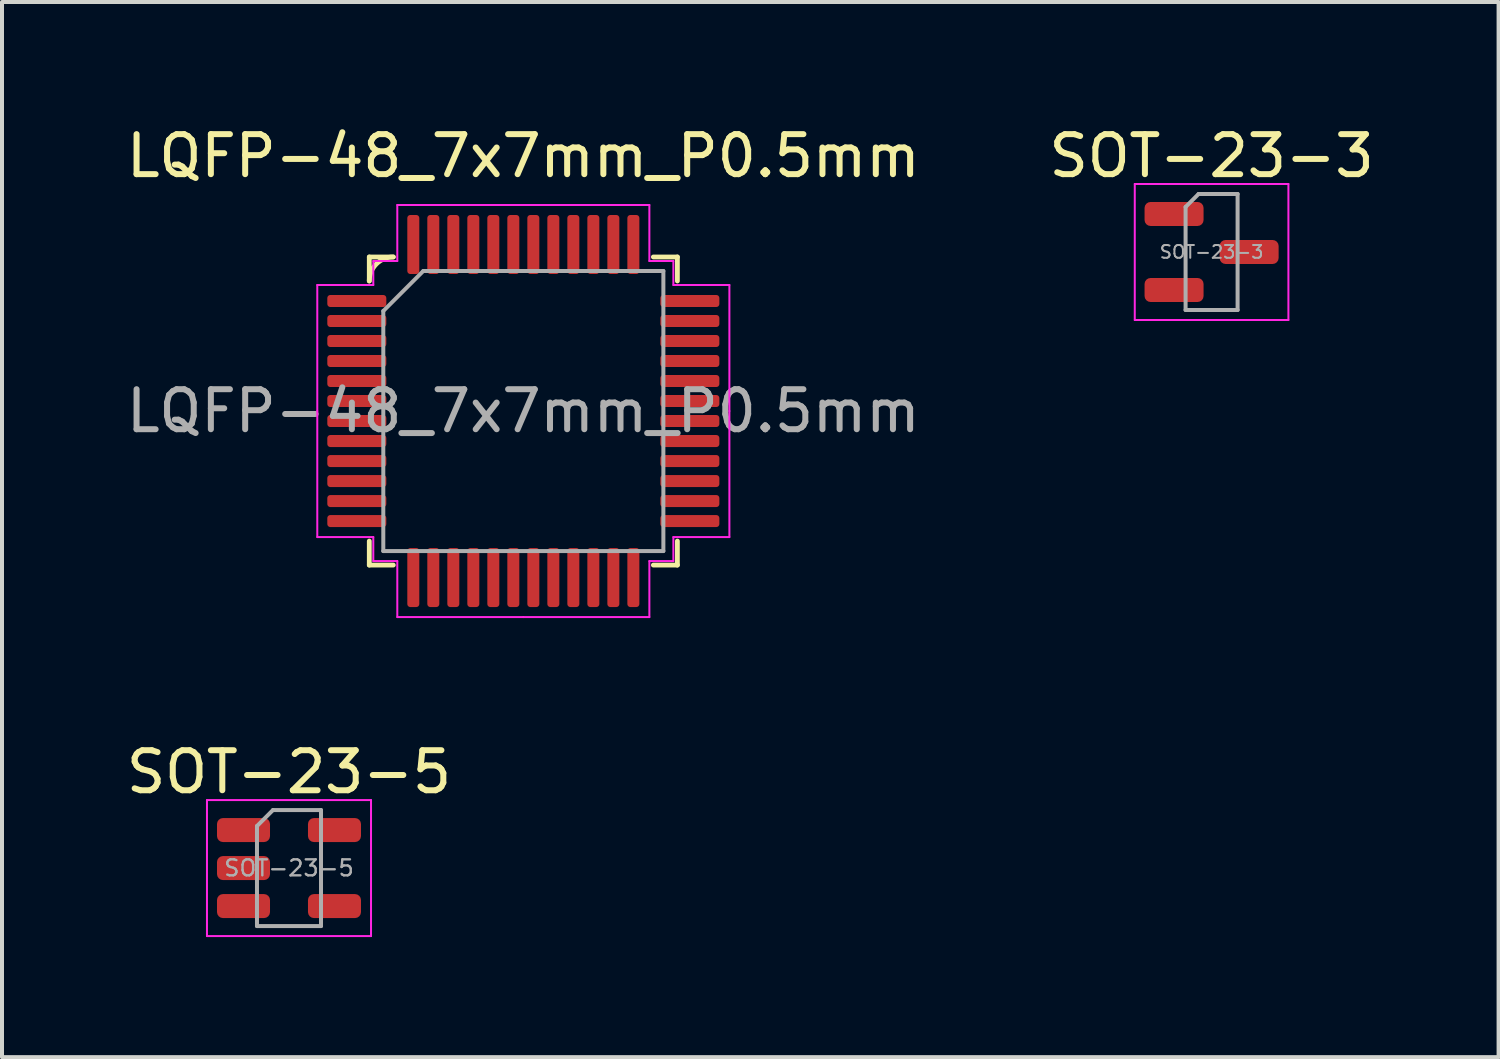
<source format=kicad_pcb>
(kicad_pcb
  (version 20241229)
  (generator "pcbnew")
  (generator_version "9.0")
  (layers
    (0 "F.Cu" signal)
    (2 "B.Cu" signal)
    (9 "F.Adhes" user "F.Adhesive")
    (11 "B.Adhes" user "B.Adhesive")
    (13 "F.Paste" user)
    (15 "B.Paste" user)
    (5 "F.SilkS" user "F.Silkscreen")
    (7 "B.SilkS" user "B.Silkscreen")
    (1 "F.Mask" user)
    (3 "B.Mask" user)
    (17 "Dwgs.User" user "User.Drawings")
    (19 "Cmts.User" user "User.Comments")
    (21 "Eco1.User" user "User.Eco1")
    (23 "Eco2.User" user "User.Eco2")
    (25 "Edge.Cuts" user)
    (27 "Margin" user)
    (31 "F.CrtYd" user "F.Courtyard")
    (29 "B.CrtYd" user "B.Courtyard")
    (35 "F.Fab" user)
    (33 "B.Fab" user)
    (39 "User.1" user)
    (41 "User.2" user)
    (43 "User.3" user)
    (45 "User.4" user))
  (footprint "SOT-23-5"
    (layer "F.Cu")
    (at 4.173 18.646)
    (property "Reference" "SOT-23-5" (at 0 -2.4 0) (layer "F.SilkS") (effects (font (size 1 1) (thickness 0.15))))
    (attr smd)
    (fp_line (start -2.05 -1.7) (end -2.05 1.7) (stroke (width 0.05) (type solid)) (layer "F.CrtYd"))
    (fp_line (start -2.05 1.7) (end 2.05 1.7) (stroke (width 0.05) (type solid)) (layer "F.CrtYd"))
    (fp_line (start 2.05 -1.7) (end -2.05 -1.7) (stroke (width 0.05) (type solid)) (layer "F.CrtYd"))
    (fp_line (start 2.05 1.7) (end 2.05 -1.7) (stroke (width 0.05) (type solid)) (layer "F.CrtYd"))
    (fp_line (start -0.8 -1.05) (end -0.4 -1.45) (stroke (width 0.1) (type solid)) (layer "F.Fab"))
    (fp_line (start -0.8 1.45) (end -0.8 -1.05) (stroke (width 0.1) (type solid)) (layer "F.Fab"))
    (fp_line (start -0.4 -1.45) (end 0.8 -1.45) (stroke (width 0.1) (type solid)) (layer "F.Fab"))
    (fp_line (start 0.8 -1.45) (end 0.8 1.45) (stroke (width 0.1) (type solid)) (layer "F.Fab"))
    (fp_line (start 0.8 1.45) (end -0.8 1.45) (stroke (width 0.1) (type solid)) (layer "F.Fab"))
    (fp_text user "${REFERENCE}" (at 0 0 0) (layer "F.Fab") (effects (font (size 0.4 0.4) (thickness 0.06))))
    (pad "1" smd roundrect (at -1.137 -0.95) (size 1.325 0.6) (layers "F.Cu" "F.Mask" "F.Paste") (roundrect_rratio 0.25))
    (pad "2" smd roundrect (at -1.137 0) (size 1.325 0.6) (layers "F.Cu" "F.Mask" "F.Paste") (roundrect_rratio 0.25))
    (pad "3" smd roundrect (at -1.137 0.95) (size 1.325 0.6) (layers "F.Cu" "F.Mask" "F.Paste") (roundrect_rratio 0.25))
    (pad "4" smd roundrect (at 1.137 0.95) (size 1.325 0.6) (layers "F.Cu" "F.Mask" "F.Paste") (roundrect_rratio 0.25))
    (pad "5" smd roundrect (at 1.137 -0.95) (size 1.325 0.6) (layers "F.Cu" "F.Mask" "F.Paste") (roundrect_rratio 0.25)))
  (footprint "SOT-23-3"
    (layer "F.Cu")
    (at 27.232 3.248)
    (property "Reference" "SOT-23-3" (at 0 -2.4 0) (layer "F.SilkS") (effects (font (size 1 1) (thickness 0.15))))
    (attr smd)
    (fp_line (start -1.92 -1.7) (end -1.92 1.7) (stroke (width 0.05) (type solid)) (layer "F.CrtYd"))
    (fp_line (start -1.92 1.7) (end 1.92 1.7) (stroke (width 0.05) (type solid)) (layer "F.CrtYd"))
    (fp_line (start 1.92 -1.7) (end -1.92 -1.7) (stroke (width 0.05) (type solid)) (layer "F.CrtYd"))
    (fp_line (start 1.92 1.7) (end 1.92 -1.7) (stroke (width 0.05) (type solid)) (layer "F.CrtYd"))
    (fp_line (start -0.65 -1.125) (end -0.325 -1.45) (stroke (width 0.1) (type solid)) (layer "F.Fab"))
    (fp_line (start -0.65 1.45) (end -0.65 -1.125) (stroke (width 0.1) (type solid)) (layer "F.Fab"))
    (fp_line (start -0.325 -1.45) (end 0.65 -1.45) (stroke (width 0.1) (type solid)) (layer "F.Fab"))
    (fp_line (start 0.65 -1.45) (end 0.65 1.45) (stroke (width 0.1) (type solid)) (layer "F.Fab"))
    (fp_line (start 0.65 1.45) (end -0.65 1.45) (stroke (width 0.1) (type solid)) (layer "F.Fab"))
    (fp_text user "${REFERENCE}" (at 0 0 0) (layer "F.Fab") (effects (font (size 0.32 0.32) (thickness 0.05))))
    (pad "1" smd roundrect (at -0.938 -0.95) (size 1.475 0.6) (layers "F.Cu" "F.Mask" "F.Paste") (roundrect_rratio 0.25))
    (pad "2" smd roundrect (at -0.938 0.95) (size 1.475 0.6) (layers "F.Cu" "F.Mask" "F.Paste") (roundrect_rratio 0.25))
    (pad "3" smd roundrect (at 0.938 0) (size 1.475 0.6) (layers "F.Cu" "F.Mask" "F.Paste") (roundrect_rratio 0.25)))
  (footprint "LQFP-48_7x7mm_P0.5mm"
    (layer "F.Cu")
    (at 10.03 7.223)
    (property "Reference" "LQFP-48_7x7mm_P0.5mm" (at 0 -6.375 0) (layer "F.SilkS") (effects (font (size 1 1) (thickness 0.15))))
    (attr smd)
    (fp_line (start -3.85 -3.85) (end -3.85 -3.25) (stroke (width 0.12) (type solid)) (layer "F.SilkS"))
    (fp_line (start -3.85 3.25) (end -3.85 3.85) (stroke (width 0.12) (type solid)) (layer "F.SilkS"))
    (fp_line (start -3.85 3.85) (end -3.25 3.85) (stroke (width 0.12) (type solid)) (layer "F.SilkS"))
    (fp_line (start -3.25 -3.85) (end -3.85 -3.85) (stroke (width 0.12) (type solid)) (layer "F.SilkS"))
    (fp_line (start 3.25 3.85) (end 3.85 3.85) (stroke (width 0.12) (type solid)) (layer "F.SilkS"))
    (fp_line (start 3.85 -3.85) (end 3.25 -3.85) (stroke (width 0.12) (type solid)) (layer "F.SilkS"))
    (fp_line (start 3.85 -3.25) (end 3.85 -3.85) (stroke (width 0.12) (type solid)) (layer "F.SilkS"))
    (fp_line (start 3.85 3.85) (end 3.85 3.25) (stroke (width 0.12) (type solid)) (layer "F.SilkS"))
    (fp_arc (start -3.850736 -3.250736) (mid -3.675 -3.675) (end -3.250736 -3.850736) (stroke (width 0.12) (type default)) (layer "F.SilkS"))
    (fp_line (start -5.15 -3.15) (end -5.15 0) (stroke (width 0.05) (type solid)) (layer "F.CrtYd"))
    (fp_line (start -5.15 3.15) (end -5.15 0) (stroke (width 0.05) (type solid)) (layer "F.CrtYd"))
    (fp_line (start -3.75 -3.75) (end -3.75 -3.15) (stroke (width 0.05) (type solid)) (layer "F.CrtYd"))
    (fp_line (start -3.75 -3.15) (end -5.15 -3.15) (stroke (width 0.05) (type solid)) (layer "F.CrtYd"))
    (fp_line (start -3.75 3.15) (end -5.15 3.15) (stroke (width 0.05) (type solid)) (layer "F.CrtYd"))
    (fp_line (start -3.75 3.75) (end -3.75 3.15) (stroke (width 0.05) (type solid)) (layer "F.CrtYd"))
    (fp_line (start -3.15 -5.15) (end -3.15 -3.75) (stroke (width 0.05) (type solid)) (layer "F.CrtYd"))
    (fp_line (start -3.15 -3.75) (end -3.75 -3.75) (stroke (width 0.05) (type solid)) (layer "F.CrtYd"))
    (fp_line (start -3.15 3.75) (end -3.75 3.75) (stroke (width 0.05) (type solid)) (layer "F.CrtYd"))
    (fp_line (start -3.15 5.15) (end -3.15 3.75) (stroke (width 0.05) (type solid)) (layer "F.CrtYd"))
    (fp_line (start 0 -5.15) (end -3.15 -5.15) (stroke (width 0.05) (type solid)) (layer "F.CrtYd"))
    (fp_line (start 0 -5.15) (end 3.15 -5.15) (stroke (width 0.05) (type solid)) (layer "F.CrtYd"))
    (fp_line (start 0 5.15) (end -3.15 5.15) (stroke (width 0.05) (type solid)) (layer "F.CrtYd"))
    (fp_line (start 0 5.15) (end 3.15 5.15) (stroke (width 0.05) (type solid)) (layer "F.CrtYd"))
    (fp_line (start 3.15 -5.15) (end 3.15 -3.75) (stroke (width 0.05) (type solid)) (layer "F.CrtYd"))
    (fp_line (start 3.15 -3.75) (end 3.75 -3.75) (stroke (width 0.05) (type solid)) (layer "F.CrtYd"))
    (fp_line (start 3.15 3.75) (end 3.75 3.75) (stroke (width 0.05) (type solid)) (layer "F.CrtYd"))
    (fp_line (start 3.15 5.15) (end 3.15 3.75) (stroke (width 0.05) (type solid)) (layer "F.CrtYd"))
    (fp_line (start 3.75 -3.75) (end 3.75 -3.15) (stroke (width 0.05) (type solid)) (layer "F.CrtYd"))
    (fp_line (start 3.75 -3.15) (end 5.15 -3.15) (stroke (width 0.05) (type solid)) (layer "F.CrtYd"))
    (fp_line (start 3.75 3.15) (end 5.15 3.15) (stroke (width 0.05) (type solid)) (layer "F.CrtYd"))
    (fp_line (start 3.75 3.75) (end 3.75 3.15) (stroke (width 0.05) (type solid)) (layer "F.CrtYd"))
    (fp_line (start 5.15 -3.15) (end 5.15 0) (stroke (width 0.05) (type solid)) (layer "F.CrtYd"))
    (fp_line (start 5.15 3.15) (end 5.15 0) (stroke (width 0.05) (type solid)) (layer "F.CrtYd"))
    (fp_line (start -3.5 -2.5) (end -2.5 -3.5) (stroke (width 0.1) (type solid)) (layer "F.Fab"))
    (fp_line (start -3.5 3.5) (end -3.5 -2.5) (stroke (width 0.1) (type solid)) (layer "F.Fab"))
    (fp_line (start -2.5 -3.5) (end 3.5 -3.5) (stroke (width 0.1) (type solid)) (layer "F.Fab"))
    (fp_line (start 3.5 -3.5) (end 3.5 3.5) (stroke (width 0.1) (type solid)) (layer "F.Fab"))
    (fp_line (start 3.5 3.5) (end -3.5 3.5) (stroke (width 0.1) (type solid)) (layer "F.Fab"))
    (fp_text user "${REFERENCE}" (at 0 0 0) (layer "F.Fab") (effects (font (size 1 1) (thickness 0.15))))
    (pad "1" smd roundrect (at -4.162 -2.75) (size 1.475 0.3) (layers "F.Cu" "F.Mask" "F.Paste") (roundrect_rratio 0.25))
    (pad "2" smd roundrect (at -4.162 -2.25) (size 1.475 0.3) (layers "F.Cu" "F.Mask" "F.Paste") (roundrect_rratio 0.25))
    (pad "3" smd roundrect (at -4.162 -1.75) (size 1.475 0.3) (layers "F.Cu" "F.Mask" "F.Paste") (roundrect_rratio 0.25))
    (pad "4" smd roundrect (at -4.162 -1.25) (size 1.475 0.3) (layers "F.Cu" "F.Mask" "F.Paste") (roundrect_rratio 0.25))
    (pad "5" smd roundrect (at -4.162 -0.75) (size 1.475 0.3) (layers "F.Cu" "F.Mask" "F.Paste") (roundrect_rratio 0.25))
    (pad "6" smd roundrect (at -4.162 -0.25) (size 1.475 0.3) (layers "F.Cu" "F.Mask" "F.Paste") (roundrect_rratio 0.25))
    (pad "7" smd roundrect (at -4.162 0.25) (size 1.475 0.3) (layers "F.Cu" "F.Mask" "F.Paste") (roundrect_rratio 0.25))
    (pad "8" smd roundrect (at -4.162 0.75) (size 1.475 0.3) (layers "F.Cu" "F.Mask" "F.Paste") (roundrect_rratio 0.25))
    (pad "9" smd roundrect (at -4.162 1.25) (size 1.475 0.3) (layers "F.Cu" "F.Mask" "F.Paste") (roundrect_rratio 0.25))
    (pad "10" smd roundrect (at -4.162 1.75) (size 1.475 0.3) (layers "F.Cu" "F.Mask" "F.Paste") (roundrect_rratio 0.25))
    (pad "11" smd roundrect (at -4.162 2.25) (size 1.475 0.3) (layers "F.Cu" "F.Mask" "F.Paste") (roundrect_rratio 0.25))
    (pad "12" smd roundrect (at -4.162 2.75) (size 1.475 0.3) (layers "F.Cu" "F.Mask" "F.Paste") (roundrect_rratio 0.25))
    (pad "13" smd roundrect (at -2.75 4.162) (size 0.3 1.475) (layers "F.Cu" "F.Mask" "F.Paste") (roundrect_rratio 0.25))
    (pad "14" smd roundrect (at -2.25 4.162) (size 0.3 1.475) (layers "F.Cu" "F.Mask" "F.Paste") (roundrect_rratio 0.25))
    (pad "15" smd roundrect (at -1.75 4.162) (size 0.3 1.475) (layers "F.Cu" "F.Mask" "F.Paste") (roundrect_rratio 0.25))
    (pad "16" smd roundrect (at -1.25 4.162) (size 0.3 1.475) (layers "F.Cu" "F.Mask" "F.Paste") (roundrect_rratio 0.25))
    (pad "17" smd roundrect (at -0.75 4.162) (size 0.3 1.475) (layers "F.Cu" "F.Mask" "F.Paste") (roundrect_rratio 0.25))
    (pad "18" smd roundrect (at -0.25 4.162) (size 0.3 1.475) (layers "F.Cu" "F.Mask" "F.Paste") (roundrect_rratio 0.25))
    (pad "19" smd roundrect (at 0.25 4.162) (size 0.3 1.475) (layers "F.Cu" "F.Mask" "F.Paste") (roundrect_rratio 0.25))
    (pad "20" smd roundrect (at 0.75 4.162) (size 0.3 1.475) (layers "F.Cu" "F.Mask" "F.Paste") (roundrect_rratio 0.25))
    (pad "21" smd roundrect (at 1.25 4.162) (size 0.3 1.475) (layers "F.Cu" "F.Mask" "F.Paste") (roundrect_rratio 0.25))
    (pad "22" smd roundrect (at 1.75 4.162) (size 0.3 1.475) (layers "F.Cu" "F.Mask" "F.Paste") (roundrect_rratio 0.25))
    (pad "23" smd roundrect (at 2.25 4.162) (size 0.3 1.475) (layers "F.Cu" "F.Mask" "F.Paste") (roundrect_rratio 0.25))
    (pad "24" smd roundrect (at 2.75 4.162) (size 0.3 1.475) (layers "F.Cu" "F.Mask" "F.Paste") (roundrect_rratio 0.25))
    (pad "25" smd roundrect (at 4.162 2.75) (size 1.475 0.3) (layers "F.Cu" "F.Mask" "F.Paste") (roundrect_rratio 0.25))
    (pad "26" smd roundrect (at 4.162 2.25) (size 1.475 0.3) (layers "F.Cu" "F.Mask" "F.Paste") (roundrect_rratio 0.25))
    (pad "27" smd roundrect (at 4.162 1.75) (size 1.475 0.3) (layers "F.Cu" "F.Mask" "F.Paste") (roundrect_rratio 0.25))
    (pad "28" smd roundrect (at 4.162 1.25) (size 1.475 0.3) (layers "F.Cu" "F.Mask" "F.Paste") (roundrect_rratio 0.25))
    (pad "29" smd roundrect (at 4.162 0.75) (size 1.475 0.3) (layers "F.Cu" "F.Mask" "F.Paste") (roundrect_rratio 0.25))
    (pad "30" smd roundrect (at 4.162 0.25) (size 1.475 0.3) (layers "F.Cu" "F.Mask" "F.Paste") (roundrect_rratio 0.25))
    (pad "31" smd roundrect (at 4.162 -0.25) (size 1.475 0.3) (layers "F.Cu" "F.Mask" "F.Paste") (roundrect_rratio 0.25))
    (pad "32" smd roundrect (at 4.162 -0.75) (size 1.475 0.3) (layers "F.Cu" "F.Mask" "F.Paste") (roundrect_rratio 0.25))
    (pad "33" smd roundrect (at 4.162 -1.25) (size 1.475 0.3) (layers "F.Cu" "F.Mask" "F.Paste") (roundrect_rratio 0.25))
    (pad "34" smd roundrect (at 4.162 -1.75) (size 1.475 0.3) (layers "F.Cu" "F.Mask" "F.Paste") (roundrect_rratio 0.25))
    (pad "35" smd roundrect (at 4.162 -2.25) (size 1.475 0.3) (layers "F.Cu" "F.Mask" "F.Paste") (roundrect_rratio 0.25))
    (pad "36" smd roundrect (at 4.162 -2.75) (size 1.475 0.3) (layers "F.Cu" "F.Mask" "F.Paste") (roundrect_rratio 0.25))
    (pad "37" smd roundrect (at 2.75 -4.162) (size 0.3 1.475) (layers "F.Cu" "F.Mask" "F.Paste") (roundrect_rratio 0.25))
    (pad "38" smd roundrect (at 2.25 -4.162) (size 0.3 1.475) (layers "F.Cu" "F.Mask" "F.Paste") (roundrect_rratio 0.25))
    (pad "39" smd roundrect (at 1.75 -4.162) (size 0.3 1.475) (layers "F.Cu" "F.Mask" "F.Paste") (roundrect_rratio 0.25))
    (pad "40" smd roundrect (at 1.25 -4.162) (size 0.3 1.475) (layers "F.Cu" "F.Mask" "F.Paste") (roundrect_rratio 0.25))
    (pad "41" smd roundrect (at 0.75 -4.162) (size 0.3 1.475) (layers "F.Cu" "F.Mask" "F.Paste") (roundrect_rratio 0.25))
    (pad "42" smd roundrect (at 0.25 -4.162) (size 0.3 1.475) (layers "F.Cu" "F.Mask" "F.Paste") (roundrect_rratio 0.25))
    (pad "43" smd roundrect (at -0.25 -4.162) (size 0.3 1.475) (layers "F.Cu" "F.Mask" "F.Paste") (roundrect_rratio 0.25))
    (pad "44" smd roundrect (at -0.75 -4.162) (size 0.3 1.475) (layers "F.Cu" "F.Mask" "F.Paste") (roundrect_rratio 0.25))
    (pad "45" smd roundrect (at -1.25 -4.162) (size 0.3 1.475) (layers "F.Cu" "F.Mask" "F.Paste") (roundrect_rratio 0.25))
    (pad "46" smd roundrect (at -1.75 -4.162) (size 0.3 1.475) (layers "F.Cu" "F.Mask" "F.Paste") (roundrect_rratio 0.25))
    (pad "47" smd roundrect (at -2.25 -4.162) (size 0.3 1.475) (layers "F.Cu" "F.Mask" "F.Paste") (roundrect_rratio 0.25))
    (pad "48" smd roundrect (at -2.75 -4.162) (size 0.3 1.475) (layers "F.Cu" "F.Mask" "F.Paste") (roundrect_rratio 0.25)))
  (gr_rect
    (start -3 -3)
    (end 34.405 23.372)
    (stroke (width 0.1) (type default))
    (fill no)
    (layer "Edge.Cuts")))
</source>
